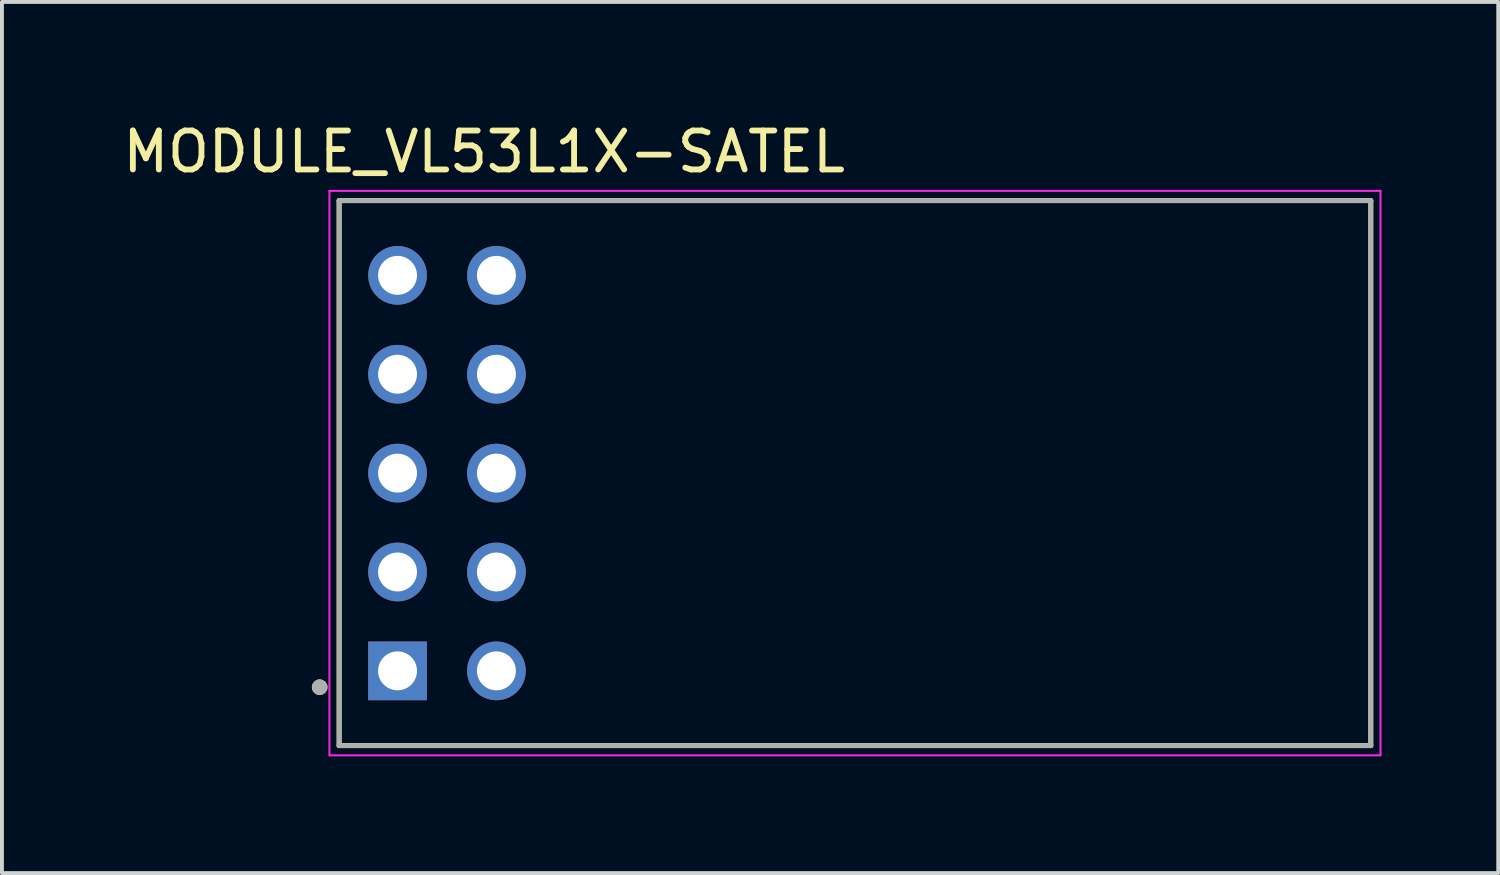
<source format=kicad_pcb>
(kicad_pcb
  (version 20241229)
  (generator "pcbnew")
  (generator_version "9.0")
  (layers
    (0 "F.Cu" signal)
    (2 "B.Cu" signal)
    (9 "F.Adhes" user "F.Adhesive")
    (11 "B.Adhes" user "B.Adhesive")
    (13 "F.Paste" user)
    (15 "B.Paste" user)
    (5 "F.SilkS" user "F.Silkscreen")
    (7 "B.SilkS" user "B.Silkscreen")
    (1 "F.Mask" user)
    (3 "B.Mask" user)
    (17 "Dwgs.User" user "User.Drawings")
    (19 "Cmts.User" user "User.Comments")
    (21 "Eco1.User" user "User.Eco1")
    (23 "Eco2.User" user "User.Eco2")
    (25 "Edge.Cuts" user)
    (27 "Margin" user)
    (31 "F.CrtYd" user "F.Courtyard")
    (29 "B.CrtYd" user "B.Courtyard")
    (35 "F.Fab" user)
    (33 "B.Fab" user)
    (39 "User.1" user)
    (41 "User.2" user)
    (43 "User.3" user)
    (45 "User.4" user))
  (footprint "MODULE_VL53L1X-SATEL"
    (layer "F.Cu")
    (at 18.912 9.103)
    (property "Reference" "MODULE_VL53L1X-SATEL" (at -9.525 -8.255 0) (layer "F.SilkS") (effects (font (size 1 1) (thickness 0.15))))
    (attr through_hole)
    (fp_line (start -13.25 -7) (end -13.25 7) (stroke (width 0.127) (type solid)) (layer "F.SilkS"))
    (fp_line (start -13.25 7) (end 13.25 7) (stroke (width 0.127) (type solid)) (layer "F.SilkS"))
    (fp_line (start 13.25 -7) (end -13.25 -7) (stroke (width 0.127) (type solid)) (layer "F.SilkS"))
    (fp_line (start 13.25 7) (end 13.25 -7) (stroke (width 0.127) (type solid)) (layer "F.SilkS"))
    (fp_circle (center -13.75 5.5) (end -13.65 5.5) (stroke (width 0.2) (type solid)) (fill no) (layer "F.SilkS"))
    (fp_line (start -13.5 -7.25) (end 13.5 -7.25) (stroke (width 0.05) (type solid)) (layer "F.CrtYd"))
    (fp_line (start -13.5 7.25) (end -13.5 -7.25) (stroke (width 0.05) (type solid)) (layer "F.CrtYd"))
    (fp_line (start 13.5 -7.25) (end 13.5 7.25) (stroke (width 0.05) (type solid)) (layer "F.CrtYd"))
    (fp_line (start 13.5 7.25) (end -13.5 7.25) (stroke (width 0.05) (type solid)) (layer "F.CrtYd"))
    (fp_line (start -13.25 -7) (end -13.25 7) (stroke (width 0.127) (type solid)) (layer "F.Fab"))
    (fp_line (start -13.25 7) (end 13.25 7) (stroke (width 0.127) (type solid)) (layer "F.Fab"))
    (fp_line (start 13.25 -7) (end -13.25 -7) (stroke (width 0.127) (type solid)) (layer "F.Fab"))
    (fp_line (start 13.25 7) (end 13.25 -7) (stroke (width 0.127) (type solid)) (layer "F.Fab"))
    (fp_circle (center -13.75 5.5) (end -13.65 5.5) (stroke (width 0.2) (type solid)) (fill no) (layer "F.Fab"))
    (pad "1" thru_hole rect (at -11.75 5.08) (size 1.508 1.508) (drill 1) (layers "*.Cu" "*.Mask"))
    (pad "2" thru_hole circle (at -9.21 5.08) (size 1.508 1.508) (drill 1) (layers "*.Cu" "*.Mask"))
    (pad "3" thru_hole circle (at -11.75 2.54) (size 1.508 1.508) (drill 1) (layers "*.Cu" "*.Mask"))
    (pad "4" thru_hole circle (at -9.21 2.54) (size 1.508 1.508) (drill 1) (layers "*.Cu" "*.Mask"))
    (pad "5" thru_hole circle (at -11.75 0) (size 1.508 1.508) (drill 1) (layers "*.Cu" "*.Mask"))
    (pad "6" thru_hole circle (at -9.21 0) (size 1.508 1.508) (drill 1) (layers "*.Cu" "*.Mask"))
    (pad "7" thru_hole circle (at -11.75 -2.54) (size 1.508 1.508) (drill 1) (layers "*.Cu" "*.Mask"))
    (pad "8" thru_hole circle (at -9.21 -2.54) (size 1.508 1.508) (drill 1) (layers "*.Cu" "*.Mask"))
    (pad "9" thru_hole circle (at -11.75 -5.08) (size 1.508 1.508) (drill 1) (layers "*.Cu" "*.Mask"))
    (pad "10" thru_hole circle (at -9.21 -5.08) (size 1.508 1.508) (drill 1) (layers "*.Cu" "*.Mask")))
  (gr_rect
    (start -3 -3)
    (end 35.437 19.378)
    (stroke (width 0.1) (type default))
    (fill no)
    (layer "Edge.Cuts")))
</source>
